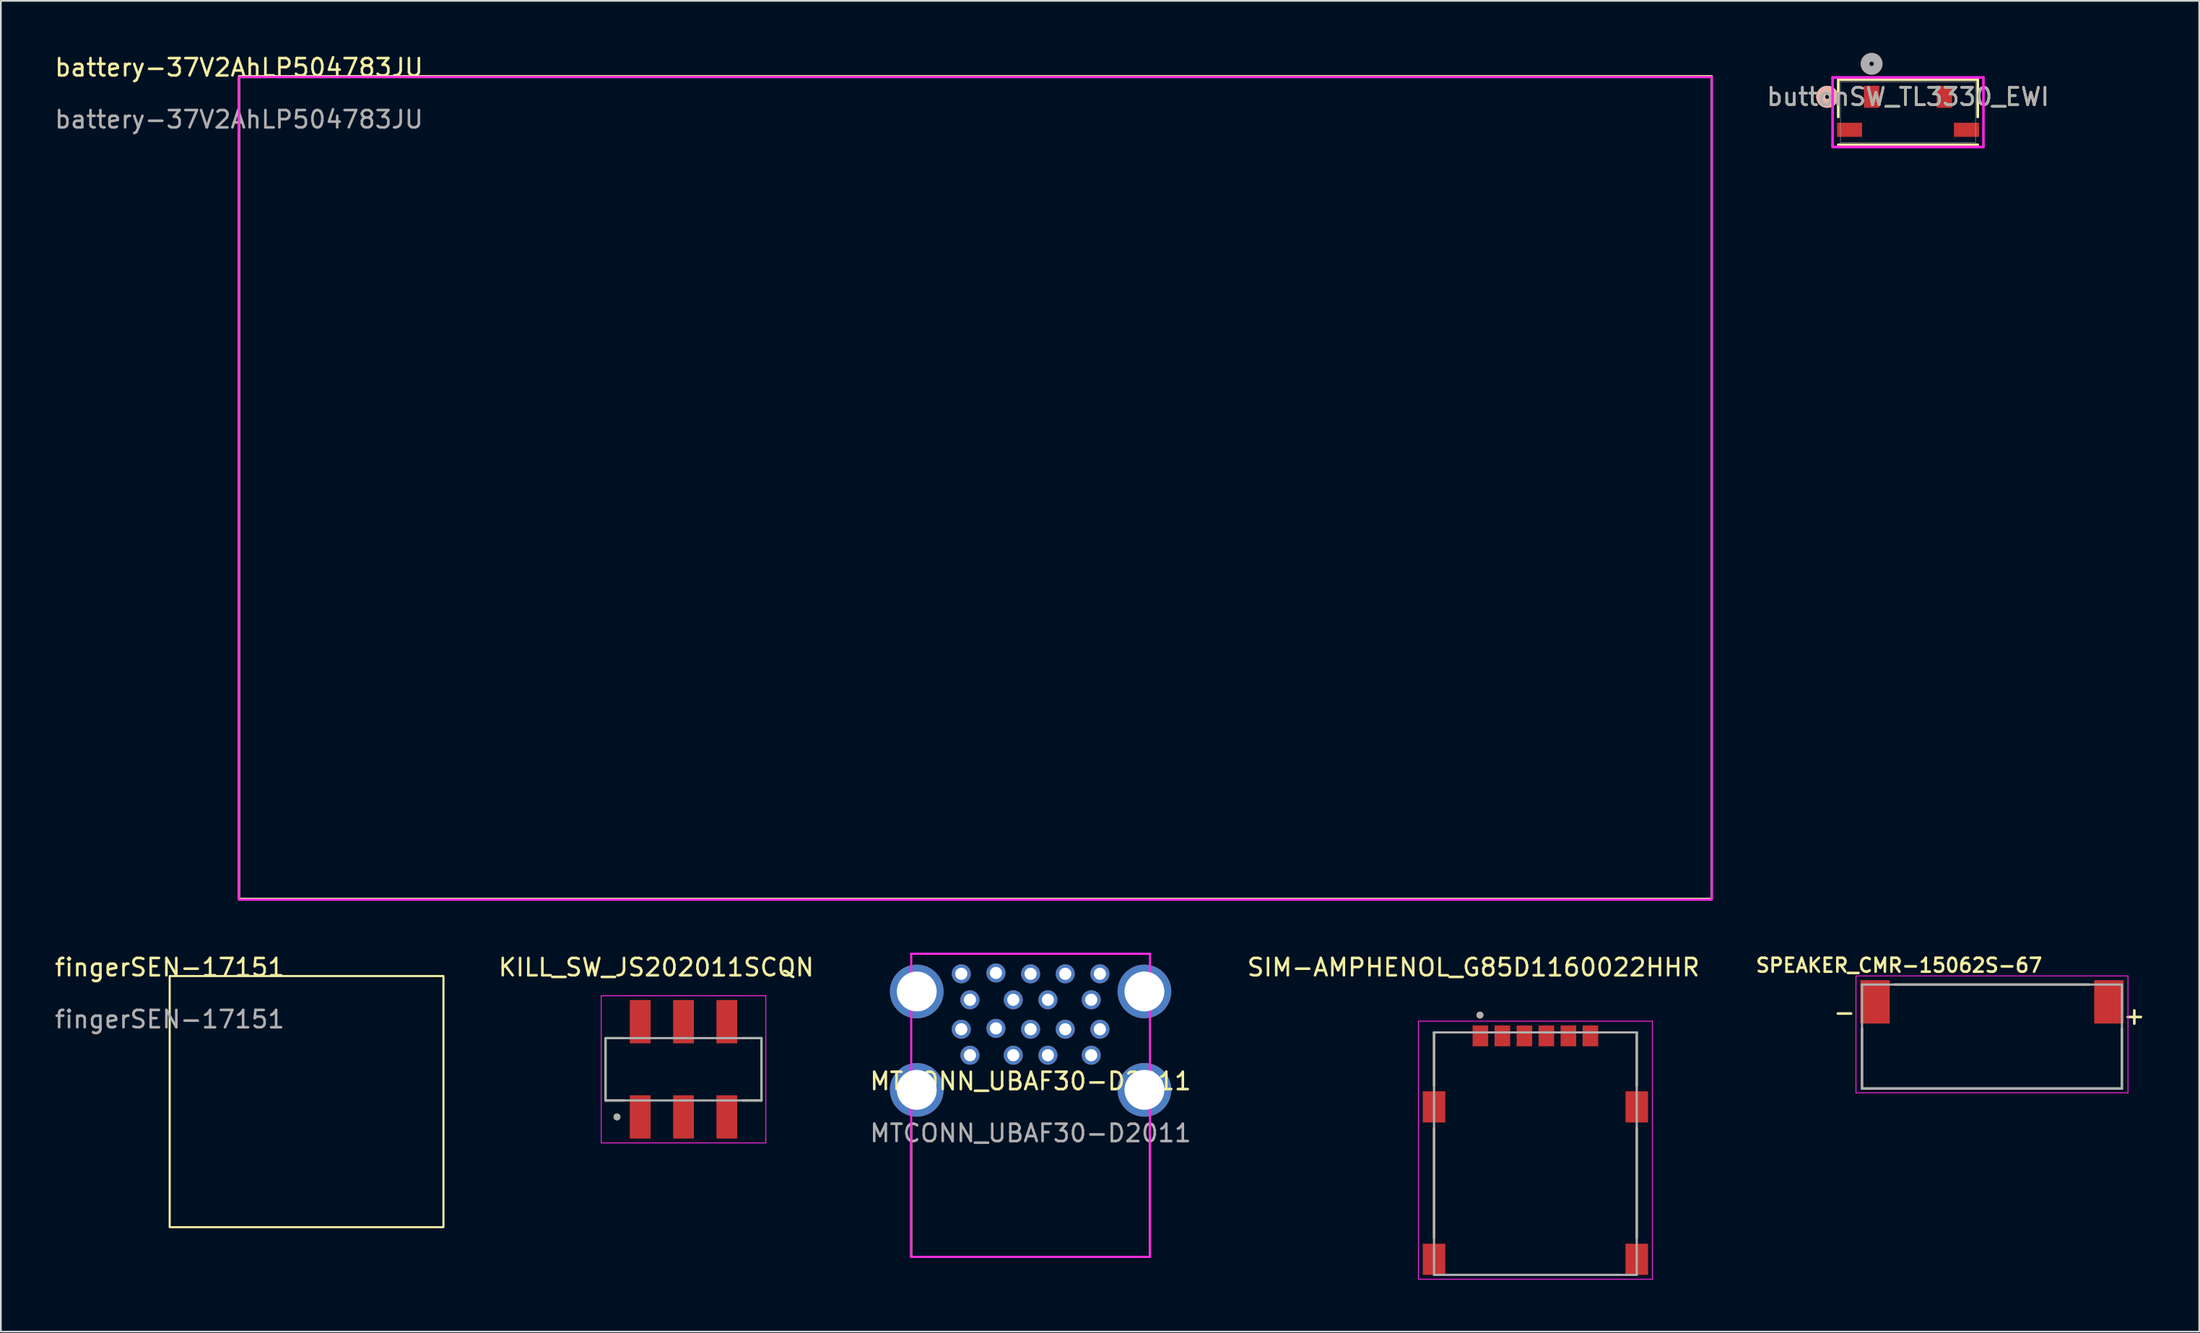
<source format=kicad_pcb>
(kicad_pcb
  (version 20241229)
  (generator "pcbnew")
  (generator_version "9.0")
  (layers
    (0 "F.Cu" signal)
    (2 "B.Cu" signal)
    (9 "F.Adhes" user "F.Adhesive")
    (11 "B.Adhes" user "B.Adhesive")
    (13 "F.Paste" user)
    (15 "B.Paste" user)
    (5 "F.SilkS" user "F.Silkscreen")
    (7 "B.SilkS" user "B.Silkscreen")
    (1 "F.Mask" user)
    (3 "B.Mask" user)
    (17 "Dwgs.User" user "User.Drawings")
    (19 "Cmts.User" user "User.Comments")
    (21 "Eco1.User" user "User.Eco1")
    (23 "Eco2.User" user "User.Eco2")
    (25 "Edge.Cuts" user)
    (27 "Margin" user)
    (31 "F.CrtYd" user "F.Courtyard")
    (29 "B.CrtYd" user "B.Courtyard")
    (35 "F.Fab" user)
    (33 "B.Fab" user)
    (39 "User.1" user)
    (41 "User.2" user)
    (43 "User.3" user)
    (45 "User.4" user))
  (footprint "battery-37V2AhLP504783JU"
    (layer "F.Cu")
    (at 10.744 1.348)
    (property "Reference" "battery-37V2AhLP504783JU" (at 0 -0.5 0) (unlocked yes) (layer "F.SilkS") (effects (font (size 1 1) (thickness 0.15))))
    (fp_rect (start 0 0) (end 85 47.5) (stroke (width 0.12) (type solid)) (fill no) (layer "F.SilkS"))
    (fp_rect (start 0 0.051) (end 85 47.551) (stroke (width 0.12) (type solid)) (fill no) (layer "F.CrtYd"))
    (fp_rect (start 0 0.051) (end 85 47.551) (stroke (width 0.12) (type solid)) (fill no) (layer "F.Fab"))
    (fp_text user "${REFERENCE}" (at 0 2.5 0) (unlocked yes) (layer "F.Fab") (effects (font (size 1 1) (thickness 0.15)))))
  (footprint "SPEAKER_CMR-15062S-67"
    (layer "F.Cu")
    (at 111.918 56.799)
    (property "Reference" "SPEAKER_CMR-15062S-67" (at -5.361 -4.109 0) (layer "F.SilkS") (effects (font (size 0.8 0.8) (thickness 0.15))))
    (attr smd)
    (fp_line (start -7.5 -0.47) (end -7.5 3) (stroke (width 0.127) (type solid)) (layer "F.SilkS"))
    (fp_line (start -7.5 3) (end 7.5 3) (stroke (width 0.127) (type solid)) (layer "F.SilkS"))
    (fp_line (start -5.62 -3) (end 5.62 -3) (stroke (width 0.127) (type solid)) (layer "F.SilkS"))
    (fp_line (start 7.5 3) (end 7.5 -0.47) (stroke (width 0.127) (type solid)) (layer "F.SilkS"))
    (fp_line (start -7.85 -3.5) (end 7.85 -3.5) (stroke (width 0.05) (type solid)) (layer "F.CrtYd"))
    (fp_line (start -7.85 3.25) (end -7.85 -3.5) (stroke (width 0.05) (type solid)) (layer "F.CrtYd"))
    (fp_line (start 7.85 -3.5) (end 7.85 3.25) (stroke (width 0.05) (type solid)) (layer "F.CrtYd"))
    (fp_line (start 7.85 3.25) (end -7.85 3.25) (stroke (width 0.05) (type solid)) (layer "F.CrtYd"))
    (fp_line (start -7.5 -3) (end 7.5 -3) (stroke (width 0.127) (type solid)) (layer "F.Fab"))
    (fp_line (start -7.5 3) (end -7.5 -3) (stroke (width 0.127) (type solid)) (layer "F.Fab"))
    (fp_line (start 7.5 -3) (end 7.5 3) (stroke (width 0.127) (type solid)) (layer "F.Fab"))
    (fp_line (start 7.5 3) (end -7.5 3) (stroke (width 0.127) (type solid)) (layer "F.Fab"))
    (fp_text user "+" (at 8.216 -1.202 0) (layer "F.SilkS") (effects (font (size 1.002 1.002) (thickness 0.15))))
    (fp_text user "-" (at -8.512 -1.402 0) (layer "F.SilkS") (effects (font (size 1.001 1.001) (thickness 0.15))))
    (pad "N" smd rect (at -6.75 -2) (size 1.7 2.5) (layers "F.Cu" "F.Mask" "F.Paste"))
    (pad "P" smd rect (at 6.75 -2) (size 1.7 2.5) (layers "F.Cu" "F.Mask" "F.Paste")))
  (footprint "SIM-AMPHENOL_G85D1160022HHR"
    (layer "F.Cu")
    (at 85.566 63.562)
    (property "Reference" "SIM-AMPHENOL_G85D1160022HHR" (at -3.575 -10.755 0) (layer "F.SilkS") (effects (font (size 1 1) (thickness 0.15))))
    (attr smd)
    (fp_line (start -5.85 -7) (end -3.945 -7) (stroke (width 0.127) (type solid)) (layer "F.SilkS"))
    (fp_line (start -5.85 -3.92) (end -5.85 -7) (stroke (width 0.127) (type solid)) (layer "F.SilkS"))
    (fp_line (start -5.85 -1.48) (end -5.85 4.88) (stroke (width 0.127) (type solid)) (layer "F.SilkS"))
    (fp_line (start -4.88 7) (end 4.88 7) (stroke (width 0.127) (type solid)) (layer "F.SilkS"))
    (fp_line (start 3.945 -7) (end 5.85 -7) (stroke (width 0.127) (type solid)) (layer "F.SilkS"))
    (fp_line (start 5.85 -7) (end 5.85 -3.92) (stroke (width 0.127) (type solid)) (layer "F.SilkS"))
    (fp_line (start 5.85 -1.48) (end 5.85 4.88) (stroke (width 0.127) (type solid)) (layer "F.SilkS"))
    (fp_circle (center -3.2 -8) (end -3.1 -8) (stroke (width 0.2) (type solid)) (fill no) (layer "F.SilkS"))
    (fp_line (start -6.75 -7.65) (end -6.75 7.25) (stroke (width 0.05) (type solid)) (layer "F.CrtYd"))
    (fp_line (start -6.75 7.25) (end 6.75 7.25) (stroke (width 0.05) (type solid)) (layer "F.CrtYd"))
    (fp_line (start 6.75 -7.65) (end -6.75 -7.65) (stroke (width 0.05) (type solid)) (layer "F.CrtYd"))
    (fp_line (start 6.75 7.25) (end 6.75 -7.65) (stroke (width 0.05) (type solid)) (layer "F.CrtYd"))
    (fp_line (start -5.85 -7) (end 5.85 -7) (stroke (width 0.127) (type solid)) (layer "F.Fab"))
    (fp_line (start -5.85 7) (end -5.85 -7) (stroke (width 0.127) (type solid)) (layer "F.Fab"))
    (fp_line (start 5.85 -7) (end 5.85 7) (stroke (width 0.127) (type solid)) (layer "F.Fab"))
    (fp_line (start 5.85 7) (end -5.85 7) (stroke (width 0.127) (type solid)) (layer "F.Fab"))
    (fp_circle (center -3.2 -8) (end -3.1 -8) (stroke (width 0.2) (type solid)) (fill no) (layer "F.Fab"))
    (pad "C1" smd rect (at -3.175 -6.8) (size 0.9 1.2) (layers "F.Cu" "F.Mask" "F.Paste"))
    (pad "C2" smd rect (at -0.635 -6.8) (size 0.9 1.2) (layers "F.Cu" "F.Mask" "F.Paste"))
    (pad "C3" smd rect (at 1.905 -6.8) (size 0.9 1.2) (layers "F.Cu" "F.Mask" "F.Paste"))
    (pad "C5" smd rect (at -1.905 -6.8) (size 0.9 1.2) (layers "F.Cu" "F.Mask" "F.Paste"))
    (pad "C6" smd rect (at 0.635 -6.8) (size 0.9 1.2) (layers "F.Cu" "F.Mask" "F.Paste"))
    (pad "C7" smd rect (at 3.175 -6.8) (size 0.9 1.2) (layers "F.Cu" "F.Mask" "F.Paste"))
    (pad "S1" smd rect (at -5.85 -2.7) (size 1.3 1.8) (layers "F.Cu" "F.Mask" "F.Paste"))
    (pad "S2" smd rect (at 5.85 -2.7) (size 1.3 1.8) (layers "F.Cu" "F.Mask" "F.Paste"))
    (pad "S3" smd rect (at 5.85 6.1) (size 1.3 1.8) (layers "F.Cu" "F.Mask" "F.Paste"))
    (pad "SW" smd rect (at -5.85 6.1) (size 1.3 1.8) (layers "F.Cu" "F.Mask" "F.Paste")))
  (footprint "MTCONN_UBAF30-D2011"
    (layer "F.Cu")
    (at 56.431 59.879)
    (property "Reference" "MTCONN_UBAF30-D2011" (at 0 -0.5 0) (unlocked yes) (layer "F.SilkS") (effects (font (size 1 1) (thickness 0.15))))
    (attr through_hole)
    (fp_line (start -6.89 -7.86) (end 6.89 -7.86) (stroke (width 0.12) (type solid)) (layer "F.SilkS"))
    (fp_line (start -6.89 9.64) (end -6.89 2) (stroke (width 0.12) (type solid)) (layer "F.SilkS"))
    (fp_line (start -6.89 9.64) (end 6.89 9.64) (stroke (width 0.12) (type solid)) (layer "F.SilkS"))
    (fp_line (start 6.89 2) (end 6.89 9.64) (stroke (width 0.12) (type solid)) (layer "F.SilkS"))
    (fp_line (start -6.89 -7.86) (end -6.89 9.64) (stroke (width 0.12) (type solid)) (layer "F.CrtYd"))
    (fp_line (start -6.89 9.64) (end 6.89 9.64) (stroke (width 0.12) (type solid)) (layer "F.CrtYd"))
    (fp_line (start 6.89 -7.86) (end -6.89 -7.86) (stroke (width 0.12) (type solid)) (layer "F.CrtYd"))
    (fp_line (start 6.89 9.64) (end 6.89 -7.86) (stroke (width 0.12) (type solid)) (layer "F.CrtYd"))
    (fp_text user "${REFERENCE}" (at 0 2.5 0) (unlocked yes) (layer "F.Fab") (effects (font (size 1 1) (thickness 0.15))))
    (pad "10" thru_hole circle (at -6.57 -5.68) (size 3.1 3.1) (drill 2.3) (layers "*.Cu" "*.Mask"))
    (pad "10" thru_hole circle (at -6.57 0) (size 3.1 3.1) (drill 2.3) (layers "*.Cu" "*.Mask"))
    (pad "10" thru_hole circle (at 6.57 -5.68) (size 3.1 3.1) (drill 2.3) (layers "*.Cu" "*.Mask"))
    (pad "10" thru_hole circle (at 6.57 0) (size 3.1 3.1) (drill 2.3) (layers "*.Cu" "*.Mask"))
    (pad "A1" thru_hole circle (at -3.5 -2) (size 1.1 1.1) (drill 0.7) (layers "*.Cu" "*.Mask"))
    (pad "A2" thru_hole circle (at -1 -2) (size 1.1 1.1) (drill 0.7) (layers "*.Cu" "*.Mask"))
    (pad "A3" thru_hole circle (at 1 -2) (size 1.1 1.1) (drill 0.7) (layers "*.Cu" "*.Mask"))
    (pad "A4" thru_hole circle (at 3.5 -2) (size 1.1 1.1) (drill 0.7) (layers "*.Cu" "*.Mask"))
    (pad "A5" thru_hole circle (at 4 -3.5) (size 1.1 1.1) (drill 0.7) (layers "*.Cu" "*.Mask"))
    (pad "A6" thru_hole circle (at 2 -3.5) (size 1.1 1.1) (drill 0.7) (layers "*.Cu" "*.Mask"))
    (pad "A7" thru_hole circle (at 0 -3.5) (size 1.1 1.1) (drill 0.7) (layers "*.Cu" "*.Mask"))
    (pad "A8" thru_hole circle (at -2 -3.55) (size 1.1 1.1) (drill 0.7) (layers "*.Cu" "*.Mask"))
    (pad "A9" thru_hole circle (at -4 -3.5) (size 1.1 1.1) (drill 0.7) (layers "*.Cu" "*.Mask"))
    (pad "B1" thru_hole circle (at -3.5 -5.2) (size 1.1 1.1) (drill 0.7) (layers "*.Cu" "*.Mask"))
    (pad "B2" thru_hole circle (at -1 -5.2) (size 1.1 1.1) (drill 0.7) (layers "*.Cu" "*.Mask"))
    (pad "B3" thru_hole circle (at 1 -5.2) (size 1.1 1.1) (drill 0.7) (layers "*.Cu" "*.Mask"))
    (pad "B4" thru_hole circle (at 3.5 -5.2) (size 1.1 1.1) (drill 0.7) (layers "*.Cu" "*.Mask"))
    (pad "B5" thru_hole circle (at 4 -6.7) (size 1.1 1.1) (drill 0.7) (layers "*.Cu" "*.Mask"))
    (pad "B6" thru_hole circle (at 2 -6.7) (size 1.1 1.1) (drill 0.7) (layers "*.Cu" "*.Mask"))
    (pad "B7" thru_hole circle (at 0 -6.7) (size 1.1 1.1) (drill 0.7) (layers "*.Cu" "*.Mask"))
    (pad "B8" thru_hole circle (at -2 -6.75) (size 1.1 1.1) (drill 0.7) (layers "*.Cu" "*.Mask"))
    (pad "B9" thru_hole circle (at -4 -6.7) (size 1.1 1.1) (drill 0.7) (layers "*.Cu" "*.Mask")))
  (footprint "buttonSW_TL3330_EWI"
    (layer "F.Cu")
    (at 107.072 3.429)
    (property "Reference" "buttonSW_TL3330_EWI" (at 0 -0.889 0) (unlocked yes) (layer "F.SilkS") (effects (font (size 1 1) (thickness 0.15))))
    (attr smd)
    (fp_line (start -4.026 -1.88) (end -4.026 0.277) (stroke (width 0.152) (type solid)) (layer "F.SilkS"))
    (fp_line (start -4.026 1.88) (end 4.026 1.88) (stroke (width 0.152) (type solid)) (layer "F.SilkS"))
    (fp_line (start 4.026 -1.88) (end -4.026 -1.88) (stroke (width 0.152) (type solid)) (layer "F.SilkS"))
    (fp_line (start 4.026 0.277) (end 4.026 -1.88) (stroke (width 0.152) (type solid)) (layer "F.SilkS"))
    (fp_circle (center -4.661 -0.889) (end -4.28 -0.889) (stroke (width 0.508) (type solid)) (fill no) (layer "F.SilkS"))
    (fp_circle (center -4.661 -0.889) (end -4.28 -0.889) (stroke (width 0.508) (type solid)) (fill no) (layer "B.SilkS"))
    (fp_line (start -4.353 -2.007) (end -4.353 2.007) (stroke (width 0.152) (type solid)) (layer "F.CrtYd"))
    (fp_line (start -4.353 2.007) (end 4.353 2.007) (stroke (width 0.152) (type solid)) (layer "F.CrtYd"))
    (fp_line (start 4.353 -2.007) (end -4.353 -2.007) (stroke (width 0.152) (type solid)) (layer "F.CrtYd"))
    (fp_line (start 4.353 2.007) (end 4.353 -2.007) (stroke (width 0.152) (type solid)) (layer "F.CrtYd"))
    (fp_line (start -3.899 -1.753) (end -3.899 1.753) (stroke (width 0.025) (type solid)) (layer "F.Fab"))
    (fp_line (start -3.899 1.753) (end 3.899 1.753) (stroke (width 0.025) (type solid)) (layer "F.Fab"))
    (fp_line (start 3.899 -1.753) (end -3.899 -1.753) (stroke (width 0.025) (type solid)) (layer "F.Fab"))
    (fp_line (start 3.899 1.753) (end 3.899 -1.753) (stroke (width 0.025) (type solid)) (layer "F.Fab"))
    (fp_circle (center -2.1 -2.794) (end -1.719 -2.794) (stroke (width 0.508) (type solid)) (fill no) (layer "F.Fab"))
    (fp_text user "${REFERENCE}" (at 0 -0.889 0) (unlocked yes) (layer "F.Fab") (effects (font (size 1 1) (thickness 0.15))))
    (pad "1" smd rect (at -2.1 -0.889) (size 0.889 1.27) (layers "F.Cu" "F.Mask" "F.Paste"))
    (pad "2" smd rect (at 2.1 -0.889) (size 0.889 1.27) (layers "F.Cu" "F.Mask" "F.Paste"))
    (pad "3" smd rect (at -3.375 1.016) (size 1.448 0.813) (layers "F.Cu" "F.Mask" "F.Paste"))
    (pad "4" smd rect (at 3.375 1.016) (size 1.448 0.813) (layers "F.Cu" "F.Mask" "F.Paste")))
  (footprint "fingerSEN-17151"
    (layer "F.Cu")
    (at 6.744 53.307)
    (property "Reference" "fingerSEN-17151" (at 0 -0.5 0) (unlocked yes) (layer "F.SilkS") (effects (font (size 1 1) (thickness 0.15))))
    (fp_rect (start 0 0) (end 15.8 14.5) (stroke (width 0.12) (type solid)) (fill no) (layer "F.SilkS"))
    (fp_text user "${REFERENCE}" (at 0 2.5 0) (unlocked yes) (layer "F.Fab") (effects (font (size 1 1) (thickness 0.15)))))
  (footprint "KILL_SW_JS202011SCQN"
    (layer "F.Cu")
    (at 36.399 58.692)
    (property "Reference" "KILL_SW_JS202011SCQN" (at -1.575 -5.885 0) (layer "F.SilkS") (effects (font (size 1 1) (thickness 0.15))))
    (attr smd)
    (fp_line (start -4.5 -1.8) (end -4.5 1.8) (stroke (width 0.127) (type solid)) (layer "F.SilkS"))
    (fp_line (start -4.5 1.8) (end -3.42 1.8) (stroke (width 0.127) (type solid)) (layer "F.SilkS"))
    (fp_line (start -3.42 -1.8) (end -4.5 -1.8) (stroke (width 0.127) (type solid)) (layer "F.SilkS"))
    (fp_line (start 3.42 1.8) (end 4.5 1.8) (stroke (width 0.127) (type solid)) (layer "F.SilkS"))
    (fp_line (start 4.5 -1.8) (end 3.42 -1.8) (stroke (width 0.127) (type solid)) (layer "F.SilkS"))
    (fp_line (start 4.5 1.8) (end 4.5 -1.8) (stroke (width 0.127) (type solid)) (layer "F.SilkS"))
    (fp_circle (center -3.84 2.75) (end -3.74 2.75) (stroke (width 0.2) (type solid)) (fill no) (layer "F.SilkS"))
    (fp_line (start -4.75 -4.25) (end -4.75 4.25) (stroke (width 0.05) (type solid)) (layer "F.CrtYd"))
    (fp_line (start -4.75 4.25) (end 4.75 4.25) (stroke (width 0.05) (type solid)) (layer "F.CrtYd"))
    (fp_line (start 4.75 -4.25) (end -4.75 -4.25) (stroke (width 0.05) (type solid)) (layer "F.CrtYd"))
    (fp_line (start 4.75 4.25) (end 4.75 -4.25) (stroke (width 0.05) (type solid)) (layer "F.CrtYd"))
    (fp_line (start -4.5 -1.8) (end -4.5 1.8) (stroke (width 0.127) (type solid)) (layer "F.Fab"))
    (fp_line (start -4.5 1.8) (end 4.5 1.8) (stroke (width 0.127) (type solid)) (layer "F.Fab"))
    (fp_line (start 4.5 -1.8) (end -4.5 -1.8) (stroke (width 0.127) (type solid)) (layer "F.Fab"))
    (fp_line (start 4.5 1.8) (end 4.5 -1.8) (stroke (width 0.127) (type solid)) (layer "F.Fab"))
    (fp_circle (center -3.84 2.75) (end -3.74 2.75) (stroke (width 0.2) (type solid)) (fill no) (layer "F.Fab"))
    (pad "1" smd rect (at -2.5 2.75) (size 1.2 2.5) (layers "F.Cu" "F.Mask" "F.Paste"))
    (pad "2" smd rect (at 0 2.75) (size 1.2 2.5) (layers "F.Cu" "F.Mask" "F.Paste"))
    (pad "3" smd rect (at 2.5 2.75) (size 1.2 2.5) (layers "F.Cu" "F.Mask" "F.Paste"))
    (pad "4" smd rect (at -2.5 -2.75) (size 1.2 2.5) (layers "F.Cu" "F.Mask" "F.Paste"))
    (pad "5" smd rect (at 0 -2.75) (size 1.2 2.5) (layers "F.Cu" "F.Mask" "F.Paste"))
    (pad "6" smd rect (at 2.5 -2.75) (size 1.2 2.5) (layers "F.Cu" "F.Mask" "F.Paste")))
  (gr_rect
    (start -3 -3)
    (end 123.879 73.837)
    (stroke (width 0.1) (type default))
    (fill no)
    (layer "Edge.Cuts")))
</source>
